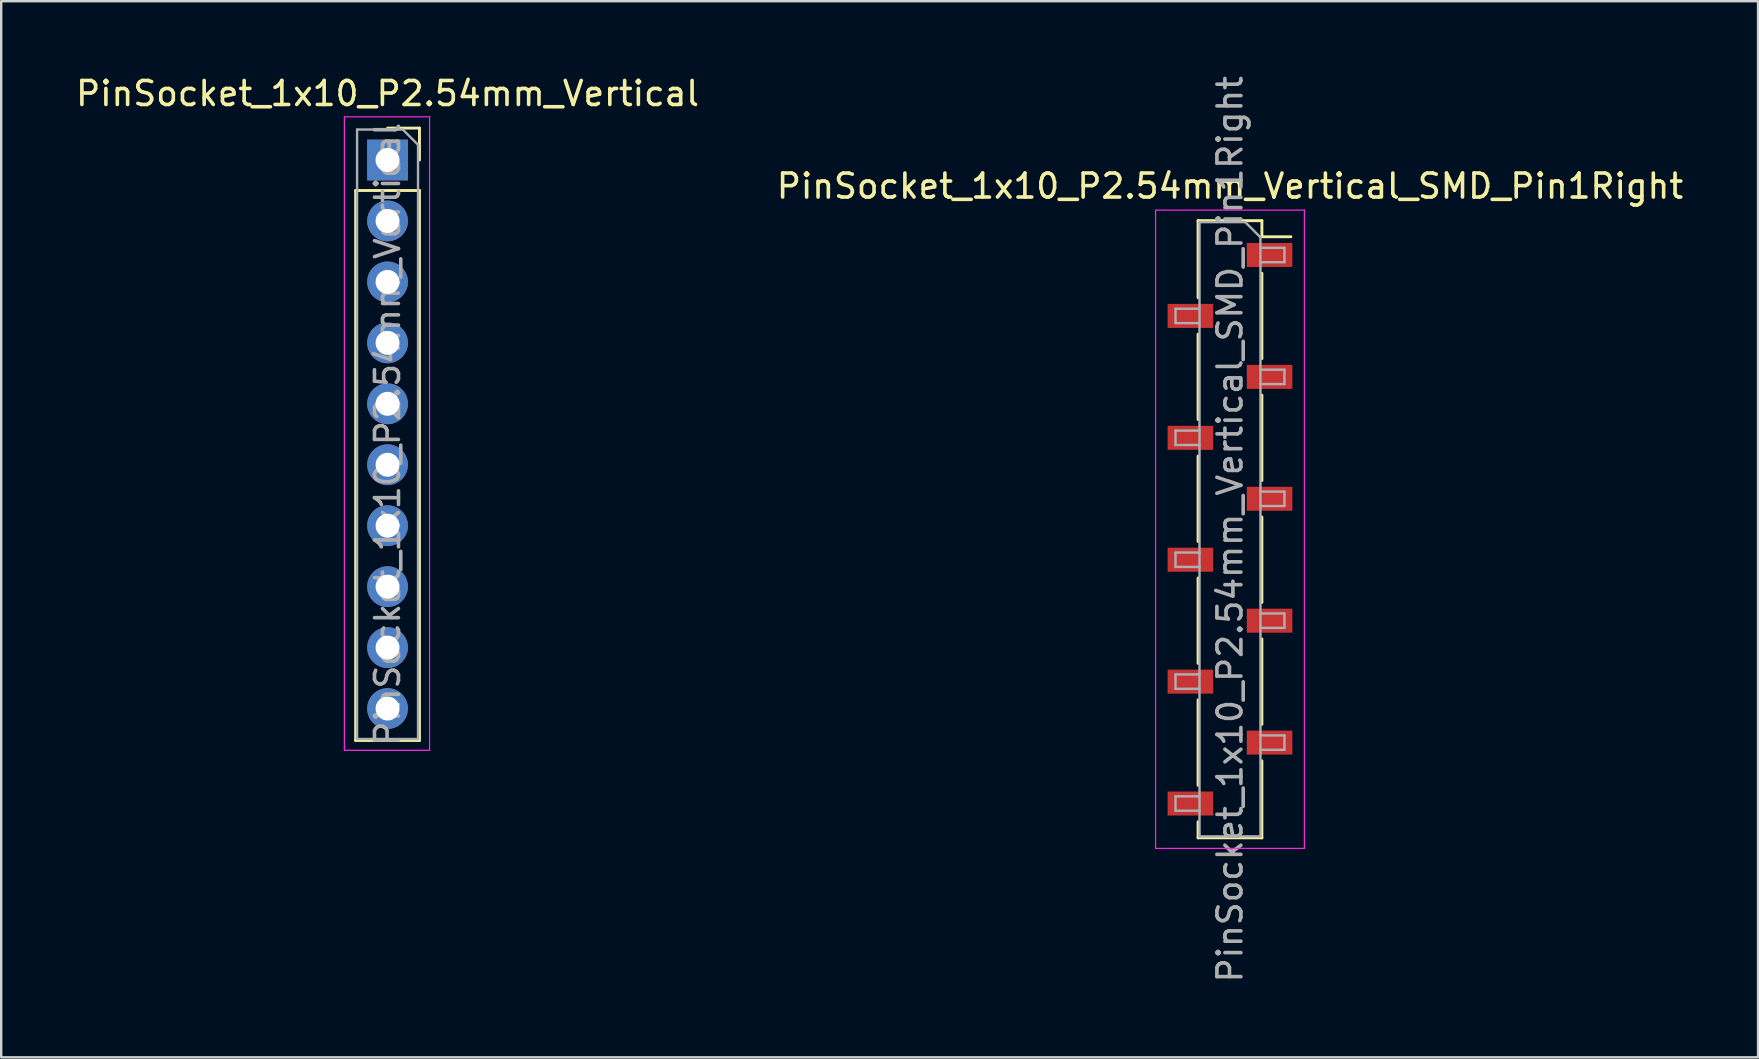
<source format=kicad_pcb>
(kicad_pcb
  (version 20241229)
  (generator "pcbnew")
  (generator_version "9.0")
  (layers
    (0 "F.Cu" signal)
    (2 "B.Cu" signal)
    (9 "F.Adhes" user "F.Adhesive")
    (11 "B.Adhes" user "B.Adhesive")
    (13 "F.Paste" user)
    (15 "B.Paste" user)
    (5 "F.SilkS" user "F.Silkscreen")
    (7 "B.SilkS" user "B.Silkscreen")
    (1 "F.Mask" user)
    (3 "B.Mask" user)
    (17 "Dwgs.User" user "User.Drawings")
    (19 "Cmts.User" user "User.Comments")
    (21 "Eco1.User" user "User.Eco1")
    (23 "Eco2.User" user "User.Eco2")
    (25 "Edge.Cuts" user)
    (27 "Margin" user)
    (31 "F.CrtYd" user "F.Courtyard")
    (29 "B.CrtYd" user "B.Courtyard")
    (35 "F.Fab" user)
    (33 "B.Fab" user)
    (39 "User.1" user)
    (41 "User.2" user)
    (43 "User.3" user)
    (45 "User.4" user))
  (footprint "PinSocket_1x10_P2.54mm_Vertical_SMD_Pin1Right"
    (layer "F.Cu")
    (at 48.208 19.006)
    (property "Reference" "PinSocket_1x10_P2.54mm_Vertical_SMD_Pin1Right" (at 0 -14.3 0) (layer "F.SilkS") (effects (font (size 1 1) (thickness 0.15))))
    (attr smd)
    (fp_line (start -1.33 -12.86) (end -1.33 -9.65) (stroke (width 0.12) (type solid)) (layer "F.SilkS"))
    (fp_line (start -1.33 -12.86) (end 1.33 -12.86) (stroke (width 0.12) (type solid)) (layer "F.SilkS"))
    (fp_line (start -1.33 -8.13) (end -1.33 -4.57) (stroke (width 0.12) (type solid)) (layer "F.SilkS"))
    (fp_line (start -1.33 -3.05) (end -1.33 0.51) (stroke (width 0.12) (type solid)) (layer "F.SilkS"))
    (fp_line (start -1.33 2.03) (end -1.33 5.59) (stroke (width 0.12) (type solid)) (layer "F.SilkS"))
    (fp_line (start -1.33 7.11) (end -1.33 10.67) (stroke (width 0.12) (type solid)) (layer "F.SilkS"))
    (fp_line (start -1.33 12.19) (end -1.33 12.86) (stroke (width 0.12) (type solid)) (layer "F.SilkS"))
    (fp_line (start -1.33 12.86) (end 1.33 12.86) (stroke (width 0.12) (type solid)) (layer "F.SilkS"))
    (fp_line (start 1.33 -12.86) (end 1.33 -12.19) (stroke (width 0.12) (type solid)) (layer "F.SilkS"))
    (fp_line (start 1.33 -12.19) (end 2.54 -12.19) (stroke (width 0.12) (type solid)) (layer "F.SilkS"))
    (fp_line (start 1.33 -10.67) (end 1.33 -7.11) (stroke (width 0.12) (type solid)) (layer "F.SilkS"))
    (fp_line (start 1.33 -5.59) (end 1.33 -2.03) (stroke (width 0.12) (type solid)) (layer "F.SilkS"))
    (fp_line (start 1.33 -0.51) (end 1.33 3.05) (stroke (width 0.12) (type solid)) (layer "F.SilkS"))
    (fp_line (start 1.33 4.57) (end 1.33 8.13) (stroke (width 0.12) (type solid)) (layer "F.SilkS"))
    (fp_line (start 1.33 9.65) (end 1.33 12.86) (stroke (width 0.12) (type solid)) (layer "F.SilkS"))
    (fp_line (start -3.1 -13.3) (end 3.1 -13.3) (stroke (width 0.05) (type solid)) (layer "F.CrtYd"))
    (fp_line (start -3.1 13.3) (end -3.1 -13.3) (stroke (width 0.05) (type solid)) (layer "F.CrtYd"))
    (fp_line (start 3.1 -13.3) (end 3.1 13.3) (stroke (width 0.05) (type solid)) (layer "F.CrtYd"))
    (fp_line (start 3.1 13.3) (end -3.1 13.3) (stroke (width 0.05) (type solid)) (layer "F.CrtYd"))
    (fp_line (start -2.27 -9.19) (end -1.27 -9.19) (stroke (width 0.1) (type solid)) (layer "F.Fab"))
    (fp_line (start -2.27 -8.59) (end -2.27 -9.19) (stroke (width 0.1) (type solid)) (layer "F.Fab"))
    (fp_line (start -2.27 -4.11) (end -1.27 -4.11) (stroke (width 0.1) (type solid)) (layer "F.Fab"))
    (fp_line (start -2.27 -3.51) (end -2.27 -4.11) (stroke (width 0.1) (type solid)) (layer "F.Fab"))
    (fp_line (start -2.27 0.97) (end -1.27 0.97) (stroke (width 0.1) (type solid)) (layer "F.Fab"))
    (fp_line (start -2.27 1.57) (end -2.27 0.97) (stroke (width 0.1) (type solid)) (layer "F.Fab"))
    (fp_line (start -2.27 6.05) (end -1.27 6.05) (stroke (width 0.1) (type solid)) (layer "F.Fab"))
    (fp_line (start -2.27 6.65) (end -2.27 6.05) (stroke (width 0.1) (type solid)) (layer "F.Fab"))
    (fp_line (start -2.27 11.13) (end -1.27 11.13) (stroke (width 0.1) (type solid)) (layer "F.Fab"))
    (fp_line (start -2.27 11.73) (end -2.27 11.13) (stroke (width 0.1) (type solid)) (layer "F.Fab"))
    (fp_line (start -1.27 -12.8) (end 0.635 -12.8) (stroke (width 0.1) (type solid)) (layer "F.Fab"))
    (fp_line (start -1.27 -8.59) (end -2.27 -8.59) (stroke (width 0.1) (type solid)) (layer "F.Fab"))
    (fp_line (start -1.27 -3.51) (end -2.27 -3.51) (stroke (width 0.1) (type solid)) (layer "F.Fab"))
    (fp_line (start -1.27 1.57) (end -2.27 1.57) (stroke (width 0.1) (type solid)) (layer "F.Fab"))
    (fp_line (start -1.27 6.65) (end -2.27 6.65) (stroke (width 0.1) (type solid)) (layer "F.Fab"))
    (fp_line (start -1.27 11.73) (end -2.27 11.73) (stroke (width 0.1) (type solid)) (layer "F.Fab"))
    (fp_line (start -1.27 12.8) (end -1.27 -12.8) (stroke (width 0.1) (type solid)) (layer "F.Fab"))
    (fp_line (start 0.635 -12.8) (end 1.27 -12.165) (stroke (width 0.1) (type solid)) (layer "F.Fab"))
    (fp_line (start 1.27 -12.165) (end 1.27 12.8) (stroke (width 0.1) (type solid)) (layer "F.Fab"))
    (fp_line (start 1.27 -11.73) (end 2.27 -11.73) (stroke (width 0.1) (type solid)) (layer "F.Fab"))
    (fp_line (start 1.27 -6.65) (end 2.27 -6.65) (stroke (width 0.1) (type solid)) (layer "F.Fab"))
    (fp_line (start 1.27 -1.57) (end 2.27 -1.57) (stroke (width 0.1) (type solid)) (layer "F.Fab"))
    (fp_line (start 1.27 3.51) (end 2.27 3.51) (stroke (width 0.1) (type solid)) (layer "F.Fab"))
    (fp_line (start 1.27 8.59) (end 2.27 8.59) (stroke (width 0.1) (type solid)) (layer "F.Fab"))
    (fp_line (start 1.27 12.8) (end -1.27 12.8) (stroke (width 0.1) (type solid)) (layer "F.Fab"))
    (fp_line (start 2.27 -11.73) (end 2.27 -11.13) (stroke (width 0.1) (type solid)) (layer "F.Fab"))
    (fp_line (start 2.27 -11.13) (end 1.27 -11.13) (stroke (width 0.1) (type solid)) (layer "F.Fab"))
    (fp_line (start 2.27 -6.65) (end 2.27 -6.05) (stroke (width 0.1) (type solid)) (layer "F.Fab"))
    (fp_line (start 2.27 -6.05) (end 1.27 -6.05) (stroke (width 0.1) (type solid)) (layer "F.Fab"))
    (fp_line (start 2.27 -1.57) (end 2.27 -0.97) (stroke (width 0.1) (type solid)) (layer "F.Fab"))
    (fp_line (start 2.27 -0.97) (end 1.27 -0.97) (stroke (width 0.1) (type solid)) (layer "F.Fab"))
    (fp_line (start 2.27 3.51) (end 2.27 4.11) (stroke (width 0.1) (type solid)) (layer "F.Fab"))
    (fp_line (start 2.27 4.11) (end 1.27 4.11) (stroke (width 0.1) (type solid)) (layer "F.Fab"))
    (fp_line (start 2.27 8.59) (end 2.27 9.19) (stroke (width 0.1) (type solid)) (layer "F.Fab"))
    (fp_line (start 2.27 9.19) (end 1.27 9.19) (stroke (width 0.1) (type solid)) (layer "F.Fab"))
    (fp_text user "${REFERENCE}" (at 0 0 90) (layer "F.Fab") (effects (font (size 1 1) (thickness 0.15))))
    (pad "1" smd rect (at 1.65 -11.43) (size 1.9 1) (layers "F.Cu" "F.Mask" "F.Paste"))
    (pad "2" smd rect (at -1.65 -8.89) (size 1.9 1) (layers "F.Cu" "F.Mask" "F.Paste"))
    (pad "3" smd rect (at 1.65 -6.35) (size 1.9 1) (layers "F.Cu" "F.Mask" "F.Paste"))
    (pad "4" smd rect (at -1.65 -3.81) (size 1.9 1) (layers "F.Cu" "F.Mask" "F.Paste"))
    (pad "5" smd rect (at 1.65 -1.27) (size 1.9 1) (layers "F.Cu" "F.Mask" "F.Paste"))
    (pad "6" smd rect (at -1.65 1.27) (size 1.9 1) (layers "F.Cu" "F.Mask" "F.Paste"))
    (pad "7" smd rect (at 1.65 3.81) (size 1.9 1) (layers "F.Cu" "F.Mask" "F.Paste"))
    (pad "8" smd rect (at -1.65 6.35) (size 1.9 1) (layers "F.Cu" "F.Mask" "F.Paste"))
    (pad "9" smd rect (at 1.65 8.89) (size 1.9 1) (layers "F.Cu" "F.Mask" "F.Paste"))
    (pad "10" smd rect (at -1.65 11.43) (size 1.9 1) (layers "F.Cu" "F.Mask" "F.Paste")))
  (footprint "PinSocket_1x10_P2.54mm_Vertical"
    (layer "F.Cu")
    (at 13.101 3.618)
    (property "Reference" "PinSocket_1x10_P2.54mm_Vertical" (at 0 -2.77 0) (layer "F.SilkS") (effects (font (size 1 1) (thickness 0.15))))
    (attr through_hole)
    (fp_line (start -1.33 1.27) (end -1.33 24.19) (stroke (width 0.12) (type solid)) (layer "F.SilkS"))
    (fp_line (start -1.33 1.27) (end 1.33 1.27) (stroke (width 0.12) (type solid)) (layer "F.SilkS"))
    (fp_line (start -1.33 24.19) (end 1.33 24.19) (stroke (width 0.12) (type solid)) (layer "F.SilkS"))
    (fp_line (start 0 -1.33) (end 1.33 -1.33) (stroke (width 0.12) (type solid)) (layer "F.SilkS"))
    (fp_line (start 1.33 -1.33) (end 1.33 0) (stroke (width 0.12) (type solid)) (layer "F.SilkS"))
    (fp_line (start 1.33 1.27) (end 1.33 24.19) (stroke (width 0.12) (type solid)) (layer "F.SilkS"))
    (fp_line (start -1.8 -1.8) (end 1.75 -1.8) (stroke (width 0.05) (type solid)) (layer "F.CrtYd"))
    (fp_line (start -1.8 24.6) (end -1.8 -1.8) (stroke (width 0.05) (type solid)) (layer "F.CrtYd"))
    (fp_line (start 1.75 -1.8) (end 1.75 24.6) (stroke (width 0.05) (type solid)) (layer "F.CrtYd"))
    (fp_line (start 1.75 24.6) (end -1.8 24.6) (stroke (width 0.05) (type solid)) (layer "F.CrtYd"))
    (fp_line (start -1.27 -1.27) (end 0.635 -1.27) (stroke (width 0.1) (type solid)) (layer "F.Fab"))
    (fp_line (start -1.27 24.13) (end -1.27 -1.27) (stroke (width 0.1) (type solid)) (layer "F.Fab"))
    (fp_line (start 0.635 -1.27) (end 1.27 -0.635) (stroke (width 0.1) (type solid)) (layer "F.Fab"))
    (fp_line (start 1.27 -0.635) (end 1.27 24.13) (stroke (width 0.1) (type solid)) (layer "F.Fab"))
    (fp_line (start 1.27 24.13) (end -1.27 24.13) (stroke (width 0.1) (type solid)) (layer "F.Fab"))
    (fp_text user "${REFERENCE}" (at 0 11.43 90) (layer "F.Fab") (effects (font (size 1 1) (thickness 0.15))))
    (pad "1" thru_hole rect (at 0 0) (size 1.7 1.7) (drill 1) (layers "*.Cu" "*.Mask"))
    (pad "2" thru_hole circle (at 0 2.54) (size 1.7 1.7) (drill 1) (layers "*.Cu" "*.Mask"))
    (pad "3" thru_hole circle (at 0 5.08) (size 1.7 1.7) (drill 1) (layers "*.Cu" "*.Mask"))
    (pad "4" thru_hole circle (at 0 7.62) (size 1.7 1.7) (drill 1) (layers "*.Cu" "*.Mask"))
    (pad "5" thru_hole circle (at 0 10.16) (size 1.7 1.7) (drill 1) (layers "*.Cu" "*.Mask"))
    (pad "6" thru_hole circle (at 0 12.7) (size 1.7 1.7) (drill 1) (layers "*.Cu" "*.Mask"))
    (pad "7" thru_hole circle (at 0 15.24) (size 1.7 1.7) (drill 1) (layers "*.Cu" "*.Mask"))
    (pad "8" thru_hole circle (at 0 17.78) (size 1.7 1.7) (drill 1) (layers "*.Cu" "*.Mask"))
    (pad "9" thru_hole circle (at 0 20.32) (size 1.7 1.7) (drill 1) (layers "*.Cu" "*.Mask"))
    (pad "10" thru_hole circle (at 0 22.86) (size 1.7 1.7) (drill 1) (layers "*.Cu" "*.Mask")))
  (gr_rect
    (start -3 -3)
    (end 70.214 41.012)
    (stroke (width 0.1) (type default))
    (fill no)
    (layer "Edge.Cuts")))
</source>
